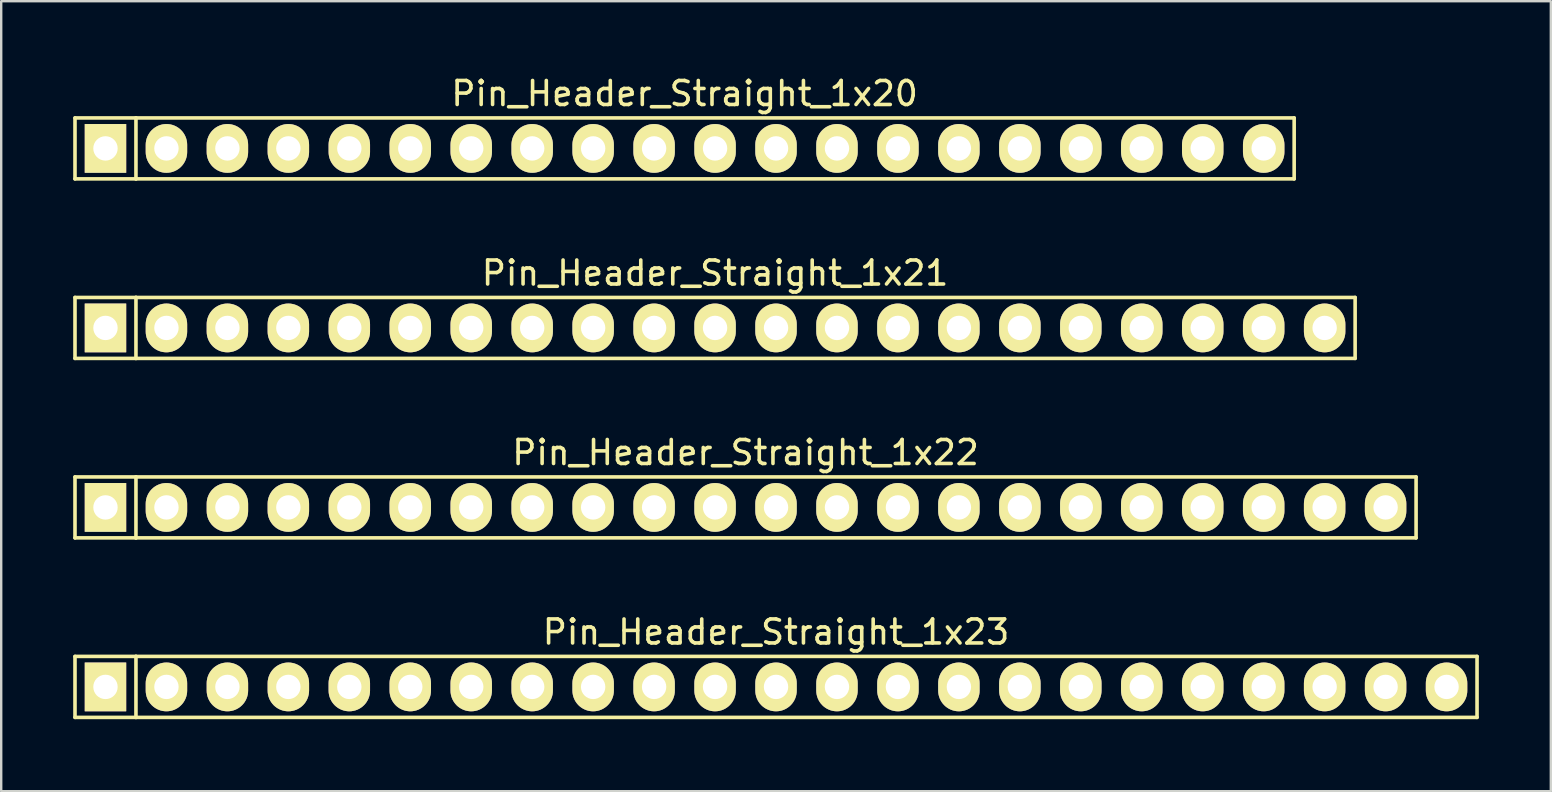
<source format=kicad_pcb>
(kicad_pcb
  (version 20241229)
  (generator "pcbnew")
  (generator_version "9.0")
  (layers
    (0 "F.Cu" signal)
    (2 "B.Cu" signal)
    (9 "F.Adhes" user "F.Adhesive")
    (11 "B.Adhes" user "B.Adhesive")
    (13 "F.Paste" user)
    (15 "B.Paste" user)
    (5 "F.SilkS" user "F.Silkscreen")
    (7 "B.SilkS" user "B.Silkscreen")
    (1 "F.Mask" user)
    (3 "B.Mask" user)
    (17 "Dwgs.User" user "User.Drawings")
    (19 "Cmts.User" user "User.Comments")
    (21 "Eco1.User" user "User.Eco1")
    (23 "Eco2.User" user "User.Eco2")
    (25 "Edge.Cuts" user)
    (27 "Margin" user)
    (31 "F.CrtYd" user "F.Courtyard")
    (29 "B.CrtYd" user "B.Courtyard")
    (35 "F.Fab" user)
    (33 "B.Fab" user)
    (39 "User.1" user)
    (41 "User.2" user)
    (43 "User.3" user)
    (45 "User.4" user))
  (footprint "Pin_Header_Straight_1x22"
    (layer "F.Cu")
    (at 28.015 18.093)
    (property "Reference" "Pin_Header_Straight_1x22" (at 0 -2.286 0) (layer "F.SilkS") (effects (font (size 1 1) (thickness 0.15))))
    (attr through_hole)
    (fp_line (start -27.94 -1.27) (end -27.94 1.27) (stroke (width 0.15) (type solid)) (layer "F.SilkS"))
    (fp_line (start -27.94 -1.27) (end -25.4 -1.27) (stroke (width 0.15) (type solid)) (layer "F.SilkS"))
    (fp_line (start -27.94 1.27) (end -25.4 1.27) (stroke (width 0.15) (type solid)) (layer "F.SilkS"))
    (fp_line (start -25.4 -1.27) (end -25.4 1.27) (stroke (width 0.15) (type solid)) (layer "F.SilkS"))
    (fp_line (start -25.4 1.27) (end 27.94 1.27) (stroke (width 0.15) (type solid)) (layer "F.SilkS"))
    (fp_line (start 27.94 -1.27) (end -25.4 -1.27) (stroke (width 0.15) (type solid)) (layer "F.SilkS"))
    (fp_line (start 27.94 1.27) (end 27.94 -1.27) (stroke (width 0.15) (type solid)) (layer "F.SilkS"))
    (pad "1" thru_hole rect (at -26.67 0) (size 1.727 2.032) (drill 1.016) (layers "*.Cu" "*.Mask" "F.SilkS"))
    (pad "2" thru_hole oval (at -24.13 0) (size 1.727 2.032) (drill 1.016) (layers "*.Cu" "*.Mask" "F.SilkS"))
    (pad "3" thru_hole oval (at -21.59 0) (size 1.727 2.032) (drill 1.016) (layers "*.Cu" "*.Mask" "F.SilkS"))
    (pad "4" thru_hole oval (at -19.05 0) (size 1.727 2.032) (drill 1.016) (layers "*.Cu" "*.Mask" "F.SilkS"))
    (pad "5" thru_hole oval (at -16.51 0) (size 1.727 2.032) (drill 1.016) (layers "*.Cu" "*.Mask" "F.SilkS"))
    (pad "6" thru_hole oval (at -13.97 0) (size 1.727 2.032) (drill 1.016) (layers "*.Cu" "*.Mask" "F.SilkS"))
    (pad "7" thru_hole oval (at -11.43 0) (size 1.727 2.032) (drill 1.016) (layers "*.Cu" "*.Mask" "F.SilkS"))
    (pad "8" thru_hole oval (at -8.89 0) (size 1.727 2.032) (drill 1.016) (layers "*.Cu" "*.Mask" "F.SilkS"))
    (pad "9" thru_hole oval (at -6.35 0) (size 1.727 2.032) (drill 1.016) (layers "*.Cu" "*.Mask" "F.SilkS"))
    (pad "10" thru_hole oval (at -3.81 0) (size 1.727 2.032) (drill 1.016) (layers "*.Cu" "*.Mask" "F.SilkS"))
    (pad "11" thru_hole oval (at -1.27 0) (size 1.727 2.032) (drill 1.016) (layers "*.Cu" "*.Mask" "F.SilkS"))
    (pad "12" thru_hole oval (at 1.27 0) (size 1.727 2.032) (drill 1.016) (layers "*.Cu" "*.Mask" "F.SilkS"))
    (pad "13" thru_hole oval (at 3.81 0) (size 1.727 2.032) (drill 1.016) (layers "*.Cu" "*.Mask" "F.SilkS"))
    (pad "14" thru_hole oval (at 6.35 0) (size 1.727 2.032) (drill 1.016) (layers "*.Cu" "*.Mask" "F.SilkS"))
    (pad "15" thru_hole oval (at 8.89 0) (size 1.727 2.032) (drill 1.016) (layers "*.Cu" "*.Mask" "F.SilkS"))
    (pad "16" thru_hole oval (at 11.43 0) (size 1.727 2.032) (drill 1.016) (layers "*.Cu" "*.Mask" "F.SilkS"))
    (pad "17" thru_hole oval (at 13.97 0) (size 1.727 2.032) (drill 1.016) (layers "*.Cu" "*.Mask" "F.SilkS"))
    (pad "18" thru_hole oval (at 16.51 0) (size 1.727 2.032) (drill 1.016) (layers "*.Cu" "*.Mask" "F.SilkS"))
    (pad "19" thru_hole oval (at 19.05 0) (size 1.727 2.032) (drill 1.016) (layers "*.Cu" "*.Mask" "F.SilkS"))
    (pad "20" thru_hole oval (at 21.59 0) (size 1.727 2.032) (drill 1.016) (layers "*.Cu" "*.Mask" "F.SilkS"))
    (pad "21" thru_hole oval (at 24.13 0) (size 1.727 2.032) (drill 1.016) (layers "*.Cu" "*.Mask" "F.SilkS"))
    (pad "22" thru_hole oval (at 26.67 0) (size 1.727 2.032) (drill 1.016) (layers "*.Cu" "*.Mask" "F.SilkS")))
  (footprint "Pin_Header_Straight_1x23"
    (layer "F.Cu")
    (at 29.285 25.572)
    (property "Reference" "Pin_Header_Straight_1x23" (at 0 -2.286 0) (layer "F.SilkS") (effects (font (size 1 1) (thickness 0.15))))
    (attr through_hole)
    (fp_line (start -29.21 -1.27) (end -29.21 1.27) (stroke (width 0.15) (type solid)) (layer "F.SilkS"))
    (fp_line (start -29.21 -1.27) (end -26.67 -1.27) (stroke (width 0.15) (type solid)) (layer "F.SilkS"))
    (fp_line (start -29.21 1.27) (end -26.67 1.27) (stroke (width 0.15) (type solid)) (layer "F.SilkS"))
    (fp_line (start -26.67 -1.27) (end -26.67 1.27) (stroke (width 0.15) (type solid)) (layer "F.SilkS"))
    (fp_line (start -26.67 1.27) (end 29.21 1.27) (stroke (width 0.15) (type solid)) (layer "F.SilkS"))
    (fp_line (start 29.21 -1.27) (end -26.67 -1.27) (stroke (width 0.15) (type solid)) (layer "F.SilkS"))
    (fp_line (start 29.21 1.27) (end 29.21 -1.27) (stroke (width 0.15) (type solid)) (layer "F.SilkS"))
    (pad "1" thru_hole rect (at -27.94 0) (size 1.727 2.032) (drill 1.016) (layers "*.Cu" "*.Mask" "F.SilkS"))
    (pad "2" thru_hole oval (at -25.4 0) (size 1.727 2.032) (drill 1.016) (layers "*.Cu" "*.Mask" "F.SilkS"))
    (pad "3" thru_hole oval (at -22.86 0) (size 1.727 2.032) (drill 1.016) (layers "*.Cu" "*.Mask" "F.SilkS"))
    (pad "4" thru_hole oval (at -20.32 0) (size 1.727 2.032) (drill 1.016) (layers "*.Cu" "*.Mask" "F.SilkS"))
    (pad "5" thru_hole oval (at -17.78 0) (size 1.727 2.032) (drill 1.016) (layers "*.Cu" "*.Mask" "F.SilkS"))
    (pad "6" thru_hole oval (at -15.24 0) (size 1.727 2.032) (drill 1.016) (layers "*.Cu" "*.Mask" "F.SilkS"))
    (pad "7" thru_hole oval (at -12.7 0) (size 1.727 2.032) (drill 1.016) (layers "*.Cu" "*.Mask" "F.SilkS"))
    (pad "8" thru_hole oval (at -10.16 0) (size 1.727 2.032) (drill 1.016) (layers "*.Cu" "*.Mask" "F.SilkS"))
    (pad "9" thru_hole oval (at -7.62 0) (size 1.727 2.032) (drill 1.016) (layers "*.Cu" "*.Mask" "F.SilkS"))
    (pad "10" thru_hole oval (at -5.08 0) (size 1.727 2.032) (drill 1.016) (layers "*.Cu" "*.Mask" "F.SilkS"))
    (pad "11" thru_hole oval (at -2.54 0) (size 1.727 2.032) (drill 1.016) (layers "*.Cu" "*.Mask" "F.SilkS"))
    (pad "12" thru_hole oval (at 0 0) (size 1.727 2.032) (drill 1.016) (layers "*.Cu" "*.Mask" "F.SilkS"))
    (pad "13" thru_hole oval (at 2.54 0) (size 1.727 2.032) (drill 1.016) (layers "*.Cu" "*.Mask" "F.SilkS"))
    (pad "14" thru_hole oval (at 5.08 0) (size 1.727 2.032) (drill 1.016) (layers "*.Cu" "*.Mask" "F.SilkS"))
    (pad "15" thru_hole oval (at 7.62 0) (size 1.727 2.032) (drill 1.016) (layers "*.Cu" "*.Mask" "F.SilkS"))
    (pad "16" thru_hole oval (at 10.16 0) (size 1.727 2.032) (drill 1.016) (layers "*.Cu" "*.Mask" "F.SilkS"))
    (pad "17" thru_hole oval (at 12.7 0) (size 1.727 2.032) (drill 1.016) (layers "*.Cu" "*.Mask" "F.SilkS"))
    (pad "18" thru_hole oval (at 15.24 0) (size 1.727 2.032) (drill 1.016) (layers "*.Cu" "*.Mask" "F.SilkS"))
    (pad "19" thru_hole oval (at 17.78 0) (size 1.727 2.032) (drill 1.016) (layers "*.Cu" "*.Mask" "F.SilkS"))
    (pad "20" thru_hole oval (at 20.32 0) (size 1.727 2.032) (drill 1.016) (layers "*.Cu" "*.Mask" "F.SilkS"))
    (pad "21" thru_hole oval (at 22.86 0) (size 1.727 2.032) (drill 1.016) (layers "*.Cu" "*.Mask" "F.SilkS"))
    (pad "22" thru_hole oval (at 25.4 0) (size 1.727 2.032) (drill 1.016) (layers "*.Cu" "*.Mask" "F.SilkS"))
    (pad "23" thru_hole oval (at 27.94 0) (size 1.727 2.032) (drill 1.016) (layers "*.Cu" "*.Mask" "F.SilkS")))
  (footprint "Pin_Header_Straight_1x20"
    (layer "F.Cu")
    (at 25.475 3.134)
    (property "Reference" "Pin_Header_Straight_1x20" (at 0 -2.286 0) (layer "F.SilkS") (effects (font (size 1 1) (thickness 0.15))))
    (attr through_hole)
    (fp_line (start -25.4 -1.27) (end -25.4 1.27) (stroke (width 0.15) (type solid)) (layer "F.SilkS"))
    (fp_line (start -25.4 -1.27) (end -22.86 -1.27) (stroke (width 0.15) (type solid)) (layer "F.SilkS"))
    (fp_line (start -25.4 1.27) (end -22.86 1.27) (stroke (width 0.15) (type solid)) (layer "F.SilkS"))
    (fp_line (start -22.86 -1.27) (end -22.86 1.27) (stroke (width 0.15) (type solid)) (layer "F.SilkS"))
    (fp_line (start -22.86 -1.27) (end 25.4 -1.27) (stroke (width 0.15) (type solid)) (layer "F.SilkS"))
    (fp_line (start 25.4 -1.27) (end 25.4 1.27) (stroke (width 0.15) (type solid)) (layer "F.SilkS"))
    (fp_line (start 25.4 1.27) (end -22.86 1.27) (stroke (width 0.15) (type solid)) (layer "F.SilkS"))
    (pad "1" thru_hole rect (at -24.13 0) (size 1.727 2.032) (drill 1.016) (layers "*.Cu" "*.Mask" "F.SilkS"))
    (pad "2" thru_hole oval (at -21.59 0) (size 1.727 2.032) (drill 1.016) (layers "*.Cu" "*.Mask" "F.SilkS"))
    (pad "3" thru_hole oval (at -19.05 0) (size 1.727 2.032) (drill 1.016) (layers "*.Cu" "*.Mask" "F.SilkS"))
    (pad "4" thru_hole oval (at -16.51 0) (size 1.727 2.032) (drill 1.016) (layers "*.Cu" "*.Mask" "F.SilkS"))
    (pad "5" thru_hole oval (at -13.97 0) (size 1.727 2.032) (drill 1.016) (layers "*.Cu" "*.Mask" "F.SilkS"))
    (pad "6" thru_hole oval (at -11.43 0) (size 1.727 2.032) (drill 1.016) (layers "*.Cu" "*.Mask" "F.SilkS"))
    (pad "7" thru_hole oval (at -8.89 0) (size 1.727 2.032) (drill 1.016) (layers "*.Cu" "*.Mask" "F.SilkS"))
    (pad "8" thru_hole oval (at -6.35 0) (size 1.727 2.032) (drill 1.016) (layers "*.Cu" "*.Mask" "F.SilkS"))
    (pad "9" thru_hole oval (at -3.81 0) (size 1.727 2.032) (drill 1.016) (layers "*.Cu" "*.Mask" "F.SilkS"))
    (pad "10" thru_hole oval (at -1.27 0) (size 1.727 2.032) (drill 1.016) (layers "*.Cu" "*.Mask" "F.SilkS"))
    (pad "11" thru_hole oval (at 1.27 0) (size 1.727 2.032) (drill 1.016) (layers "*.Cu" "*.Mask" "F.SilkS"))
    (pad "12" thru_hole oval (at 3.81 0) (size 1.727 2.032) (drill 1.016) (layers "*.Cu" "*.Mask" "F.SilkS"))
    (pad "13" thru_hole oval (at 6.35 0) (size 1.727 2.032) (drill 1.016) (layers "*.Cu" "*.Mask" "F.SilkS"))
    (pad "14" thru_hole oval (at 8.89 0) (size 1.727 2.032) (drill 1.016) (layers "*.Cu" "*.Mask" "F.SilkS"))
    (pad "15" thru_hole oval (at 11.43 0) (size 1.727 2.032) (drill 1.016) (layers "*.Cu" "*.Mask" "F.SilkS"))
    (pad "16" thru_hole oval (at 13.97 0) (size 1.727 2.032) (drill 1.016) (layers "*.Cu" "*.Mask" "F.SilkS"))
    (pad "17" thru_hole oval (at 16.51 0) (size 1.727 2.032) (drill 1.016) (layers "*.Cu" "*.Mask" "F.SilkS"))
    (pad "18" thru_hole oval (at 19.05 0) (size 1.727 2.032) (drill 1.016) (layers "*.Cu" "*.Mask" "F.SilkS"))
    (pad "19" thru_hole oval (at 21.59 0) (size 1.727 2.032) (drill 1.016) (layers "*.Cu" "*.Mask" "F.SilkS"))
    (pad "20" thru_hole oval (at 24.13 0) (size 1.727 2.032) (drill 1.016) (layers "*.Cu" "*.Mask" "F.SilkS")))
  (footprint "Pin_Header_Straight_1x21"
    (layer "F.Cu")
    (at 26.745 10.614)
    (property "Reference" "Pin_Header_Straight_1x21" (at 0 -2.286 0) (layer "F.SilkS") (effects (font (size 1 1) (thickness 0.15))))
    (attr through_hole)
    (fp_line (start -26.67 -1.27) (end -26.67 1.27) (stroke (width 0.15) (type solid)) (layer "F.SilkS"))
    (fp_line (start -26.67 -1.27) (end -24.13 -1.27) (stroke (width 0.15) (type solid)) (layer "F.SilkS"))
    (fp_line (start -26.67 1.27) (end -24.13 1.27) (stroke (width 0.15) (type solid)) (layer "F.SilkS"))
    (fp_line (start -24.13 -1.27) (end -24.13 1.27) (stroke (width 0.15) (type solid)) (layer "F.SilkS"))
    (fp_line (start -24.13 -1.27) (end 26.67 -1.27) (stroke (width 0.15) (type solid)) (layer "F.SilkS"))
    (fp_line (start 26.67 -1.27) (end 26.67 1.27) (stroke (width 0.15) (type solid)) (layer "F.SilkS"))
    (fp_line (start 26.67 1.27) (end -24.13 1.27) (stroke (width 0.15) (type solid)) (layer "F.SilkS"))
    (pad "1" thru_hole rect (at -25.4 0) (size 1.727 2.032) (drill 1.016) (layers "*.Cu" "*.Mask" "F.SilkS"))
    (pad "2" thru_hole oval (at -22.86 0) (size 1.727 2.032) (drill 1.016) (layers "*.Cu" "*.Mask" "F.SilkS"))
    (pad "3" thru_hole oval (at -20.32 0) (size 1.727 2.032) (drill 1.016) (layers "*.Cu" "*.Mask" "F.SilkS"))
    (pad "4" thru_hole oval (at -17.78 0) (size 1.727 2.032) (drill 1.016) (layers "*.Cu" "*.Mask" "F.SilkS"))
    (pad "5" thru_hole oval (at -15.24 0) (size 1.727 2.032) (drill 1.016) (layers "*.Cu" "*.Mask" "F.SilkS"))
    (pad "6" thru_hole oval (at -12.7 0) (size 1.727 2.032) (drill 1.016) (layers "*.Cu" "*.Mask" "F.SilkS"))
    (pad "7" thru_hole oval (at -10.16 0) (size 1.727 2.032) (drill 1.016) (layers "*.Cu" "*.Mask" "F.SilkS"))
    (pad "8" thru_hole oval (at -7.62 0) (size 1.727 2.032) (drill 1.016) (layers "*.Cu" "*.Mask" "F.SilkS"))
    (pad "9" thru_hole oval (at -5.08 0) (size 1.727 2.032) (drill 1.016) (layers "*.Cu" "*.Mask" "F.SilkS"))
    (pad "10" thru_hole oval (at -2.54 0) (size 1.727 2.032) (drill 1.016) (layers "*.Cu" "*.Mask" "F.SilkS"))
    (pad "11" thru_hole oval (at 0 0) (size 1.727 2.032) (drill 1.016) (layers "*.Cu" "*.Mask" "F.SilkS"))
    (pad "12" thru_hole oval (at 2.54 0) (size 1.727 2.032) (drill 1.016) (layers "*.Cu" "*.Mask" "F.SilkS"))
    (pad "13" thru_hole oval (at 5.08 0) (size 1.727 2.032) (drill 1.016) (layers "*.Cu" "*.Mask" "F.SilkS"))
    (pad "14" thru_hole oval (at 7.62 0) (size 1.727 2.032) (drill 1.016) (layers "*.Cu" "*.Mask" "F.SilkS"))
    (pad "15" thru_hole oval (at 10.16 0) (size 1.727 2.032) (drill 1.016) (layers "*.Cu" "*.Mask" "F.SilkS"))
    (pad "16" thru_hole oval (at 12.7 0) (size 1.727 2.032) (drill 1.016) (layers "*.Cu" "*.Mask" "F.SilkS"))
    (pad "17" thru_hole oval (at 15.24 0) (size 1.727 2.032) (drill 1.016) (layers "*.Cu" "*.Mask" "F.SilkS"))
    (pad "18" thru_hole oval (at 17.78 0) (size 1.727 2.032) (drill 1.016) (layers "*.Cu" "*.Mask" "F.SilkS"))
    (pad "19" thru_hole oval (at 20.32 0) (size 1.727 2.032) (drill 1.016) (layers "*.Cu" "*.Mask" "F.SilkS"))
    (pad "20" thru_hole oval (at 22.86 0) (size 1.727 2.032) (drill 1.016) (layers "*.Cu" "*.Mask" "F.SilkS"))
    (pad "21" thru_hole oval (at 25.4 0) (size 1.727 2.032) (drill 1.016) (layers "*.Cu" "*.Mask" "F.SilkS")))
  (gr_rect
    (start -3 -3)
    (end 61.57 29.917)
    (stroke (width 0.1) (type default))
    (fill no)
    (layer "Edge.Cuts")))
</source>
